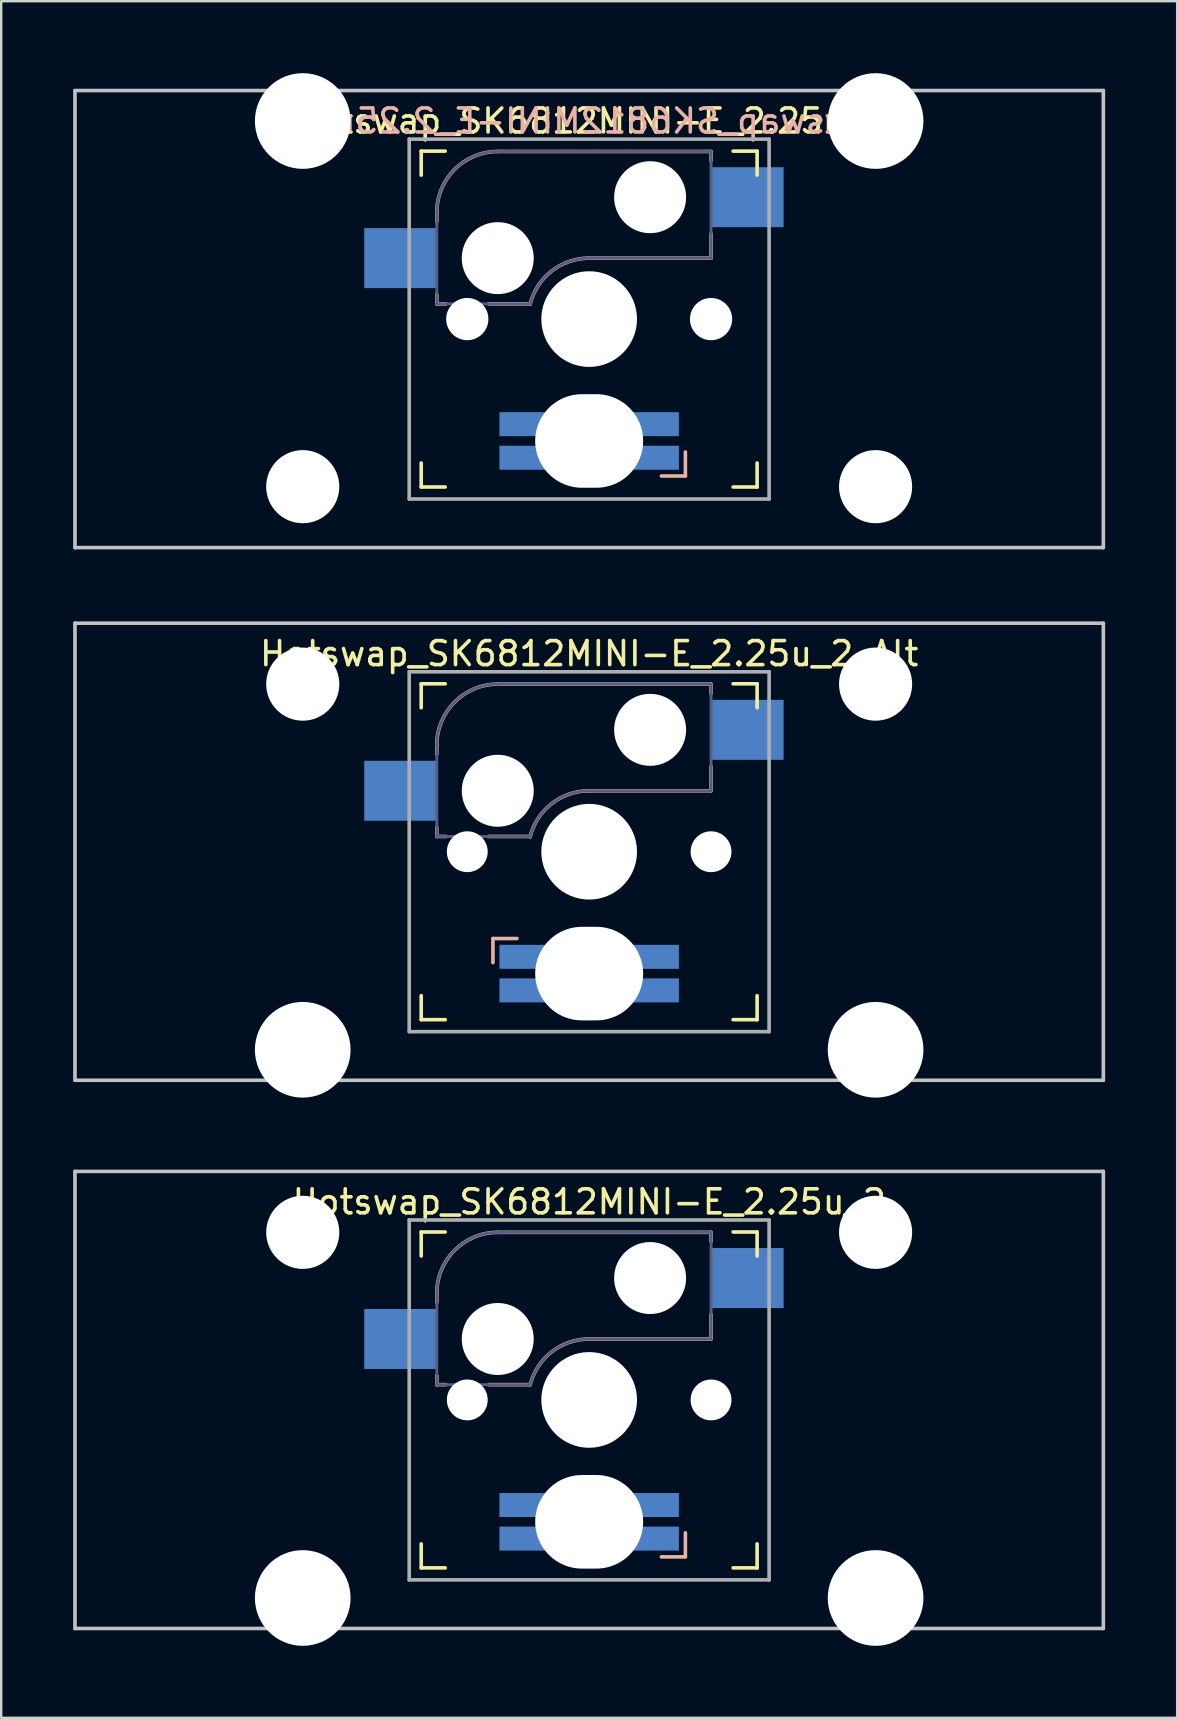
<source format=kicad_pcb>
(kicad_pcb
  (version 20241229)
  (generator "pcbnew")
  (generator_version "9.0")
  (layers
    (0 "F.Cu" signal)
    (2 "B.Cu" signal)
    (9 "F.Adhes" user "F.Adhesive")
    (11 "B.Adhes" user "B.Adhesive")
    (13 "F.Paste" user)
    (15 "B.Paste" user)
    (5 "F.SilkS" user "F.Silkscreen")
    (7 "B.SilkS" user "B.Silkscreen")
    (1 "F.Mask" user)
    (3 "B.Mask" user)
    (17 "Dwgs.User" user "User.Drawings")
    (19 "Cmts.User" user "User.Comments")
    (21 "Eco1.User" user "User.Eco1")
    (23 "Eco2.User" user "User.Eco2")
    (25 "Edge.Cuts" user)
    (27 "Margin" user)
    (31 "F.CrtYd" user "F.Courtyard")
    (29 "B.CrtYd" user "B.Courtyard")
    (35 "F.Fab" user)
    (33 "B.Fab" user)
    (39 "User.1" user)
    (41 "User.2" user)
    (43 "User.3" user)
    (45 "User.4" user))
  (footprint "Hotswap_SK6812MINI-E_2.25u_2_Alt"
    (layer "F.Cu")
    (at 21.506 32.449)
    (property "Reference" "Hotswap_SK6812MINI-E_2.25u_2_Alt" (at 0 -8.255 0) (layer "F.SilkS") (effects (font (size 1 1) (thickness 0.15))))
    (attr through_hole)
    (fp_line (start -7 -6) (end -7 -7) (stroke (width 0.15) (type solid)) (layer "F.SilkS"))
    (fp_line (start -7 7) (end -7 6) (stroke (width 0.15) (type solid)) (layer "F.SilkS"))
    (fp_line (start -7 7) (end -6 7) (stroke (width 0.15) (type solid)) (layer "F.SilkS"))
    (fp_line (start -6 -7) (end -7 -7) (stroke (width 0.15) (type solid)) (layer "F.SilkS"))
    (fp_line (start 6 7) (end 7 7) (stroke (width 0.15) (type solid)) (layer "F.SilkS"))
    (fp_line (start 7 -7) (end 6 -7) (stroke (width 0.15) (type solid)) (layer "F.SilkS"))
    (fp_line (start 7 -7) (end 7 -6) (stroke (width 0.15) (type solid)) (layer "F.SilkS"))
    (fp_line (start 7 6) (end 7 7) (stroke (width 0.15) (type solid)) (layer "F.SilkS"))
    (fp_line (start -6.35 -4.445) (end -6.35 -4.064) (stroke (width 0.15) (type solid)) (layer "B.SilkS"))
    (fp_line (start -6.35 -1.016) (end -6.35 -0.635) (stroke (width 0.15) (type solid)) (layer "B.SilkS"))
    (fp_line (start -6.35 -0.635) (end -5.969 -0.635) (stroke (width 0.15) (type solid)) (layer "B.SilkS"))
    (fp_line (start -4.191 -0.635) (end -2.54 -0.635) (stroke (width 0.15) (type solid)) (layer "B.SilkS"))
    (fp_line (start -4.01 4.62) (end -4.01 3.619) (stroke (width 0.15) (type solid)) (layer "B.SilkS"))
    (fp_line (start -3.01 3.619) (end -4.01 3.619) (stroke (width 0.15) (type solid)) (layer "B.SilkS"))
    (fp_line (start 0 -2.54) (end 5.08 -2.54) (stroke (width 0.15) (type solid)) (layer "B.SilkS"))
    (fp_line (start 5.08 -6.985) (end -3.81 -6.985) (stroke (width 0.15) (type solid)) (layer "B.SilkS"))
    (fp_line (start 5.08 -6.604) (end 5.08 -6.985) (stroke (width 0.15) (type solid)) (layer "B.SilkS"))
    (fp_line (start 5.08 -2.54) (end 5.08 -3.556) (stroke (width 0.15) (type solid)) (layer "B.SilkS"))
    (fp_arc (start -6.35 -4.445) (mid -5.606051 -6.241051) (end -3.81 -6.985) (stroke (width 0.15) (type solid)) (layer "B.SilkS"))
    (fp_arc (start -2.464162 -0.61604) (mid -1.563147 -2.002042) (end 0 -2.54) (stroke (width 0.15) (type solid)) (layer "B.SilkS"))
    (fp_line (start -21.431 -9.525) (end 21.431 -9.525) (stroke (width 0.15) (type solid)) (layer "Dwgs.User"))
    (fp_line (start -21.431 9.525) (end -21.431 -9.525) (stroke (width 0.15) (type solid)) (layer "Dwgs.User"))
    (fp_line (start -21.431 9.525) (end 21.431 9.525) (stroke (width 0.15) (type solid)) (layer "Dwgs.User"))
    (fp_line (start 21.431 -9.525) (end 21.431 9.525) (stroke (width 0.15) (type solid)) (layer "Dwgs.User"))
    (fp_line (start -13.589 -5.334) (end -13.589 6.096) (stroke (width 0.152) (type solid)) (layer "Eco2.User"))
    (fp_line (start -13.589 6.096) (end -10.287 6.096) (stroke (width 0.152) (type solid)) (layer "Eco2.User"))
    (fp_line (start -10.287 -5.334) (end -13.589 -5.334) (stroke (width 0.152) (type solid)) (layer "Eco2.User"))
    (fp_line (start -10.287 6.096) (end -10.287 -5.334) (stroke (width 0.152) (type solid)) (layer "Eco2.User"))
    (fp_line (start -6.9 6.9) (end -6.9 -6.9) (stroke (width 0.15) (type solid)) (layer "Eco2.User"))
    (fp_line (start -6.9 6.9) (end 6.9 6.9) (stroke (width 0.15) (type solid)) (layer "Eco2.User"))
    (fp_line (start 6.9 -6.9) (end -6.9 -6.9) (stroke (width 0.15) (type solid)) (layer "Eco2.User"))
    (fp_line (start 6.9 -6.9) (end 6.9 6.9) (stroke (width 0.15) (type solid)) (layer "Eco2.User"))
    (fp_line (start 10.287 -5.334) (end 10.287 6.096) (stroke (width 0.152) (type solid)) (layer "Eco2.User"))
    (fp_line (start 10.287 6.096) (end 13.589 6.096) (stroke (width 0.152) (type solid)) (layer "Eco2.User"))
    (fp_line (start 13.589 -5.334) (end 10.287 -5.334) (stroke (width 0.152) (type solid)) (layer "Eco2.User"))
    (fp_line (start 13.589 6.096) (end 13.589 -5.334) (stroke (width 0.152) (type solid)) (layer "Eco2.User"))
    (fp_line (start -6.35 -4.445) (end -6.35 -0.635) (stroke (width 0.12) (type solid)) (layer "B.Fab"))
    (fp_line (start -6.35 -0.635) (end -2.54 -0.635) (stroke (width 0.12) (type solid)) (layer "B.Fab"))
    (fp_line (start 0 -2.54) (end 5.08 -2.54) (stroke (width 0.12) (type solid)) (layer "B.Fab"))
    (fp_line (start 5.08 -6.985) (end -3.81 -6.985) (stroke (width 0.12) (type solid)) (layer "B.Fab"))
    (fp_line (start 5.08 -2.54) (end 5.08 -6.985) (stroke (width 0.12) (type solid)) (layer "B.Fab"))
    (fp_arc (start -6.35 -4.445) (mid -5.606051 -6.241051) (end -3.81 -6.985) (stroke (width 0.12) (type solid)) (layer "B.Fab"))
    (fp_arc (start -2.464162 -0.61604) (mid -1.563147 -2.002042) (end 0 -2.54) (stroke (width 0.12) (type solid)) (layer "B.Fab"))
    (fp_line (start -7.5 -7.5) (end 7.5 -7.5) (stroke (width 0.15) (type solid)) (layer "F.Fab"))
    (fp_line (start -7.5 7.5) (end -7.5 -7.5) (stroke (width 0.15) (type solid)) (layer "F.Fab"))
    (fp_line (start 7.5 -7.5) (end 7.5 7.5) (stroke (width 0.15) (type solid)) (layer "F.Fab"))
    (fp_line (start 7.5 7.5) (end -7.5 7.5) (stroke (width 0.15) (type solid)) (layer "F.Fab"))
    (pad "" np_thru_hole circle (at -11.938 -6.985) (size 3.048 3.048) (drill 3.048) (layers "*.Cu" "*.Mask"))
    (pad "" np_thru_hole circle (at -11.938 8.255) (size 3.988 3.988) (drill 3.988) (layers "*.Cu" "*.Mask"))
    (pad "" np_thru_hole circle (at -5.08 0 180) (size 1.702 1.702) (drill 1.702) (layers "*.Cu" "*.Mask"))
    (pad "" np_thru_hole circle (at -3.81 -2.54 180) (size 3 3) (drill 3) (layers "*.Cu" "*.Mask"))
    (pad "" np_thru_hole circle (at 0 0 180) (size 3.988 3.988) (drill 3.988) (layers "*.Cu" "*.Mask"))
    (pad "" np_thru_hole oval (at 0 5.08 180) (size 4.5 3.9) (drill oval 4.5 3.9) (layers "*.Cu" "*.Mask"))
    (pad "" np_thru_hole circle (at 2.54 -5.08 180) (size 3 3) (drill 3) (layers "*.Cu" "*.Mask"))
    (pad "" np_thru_hole circle (at 5.08 0 180) (size 1.702 1.702) (drill 1.702) (layers "*.Cu" "*.Mask"))
    (pad "" np_thru_hole circle (at 11.938 -6.985) (size 3.048 3.048) (drill 3.048) (layers "*.Cu" "*.Mask"))
    (pad "" np_thru_hole circle (at 11.938 8.255) (size 3.988 3.988) (drill 3.988) (layers "*.Cu" "*.Mask"))
    (pad "1" smd rect (at -7.874 -2.54 180) (size 3 2.5) (layers "B.Cu" "B.Mask"))
    (pad "2" smd rect (at 6.604 -5.08 180) (size 3 2.5) (layers "B.Cu" "B.Mask"))
    (pad "DIN" smd rect (at -2.74 5.779 270) (size 1 2) (layers "B.Cu" "B.Mask"))
    (pad "DOUT" smd rect (at 2.74 4.381 270) (size 1 2) (layers "B.Cu" "B.Mask"))
    (pad "GND" smd rect (at -2.74 4.381 270) (size 1 2) (layers "B.Cu" "B.Mask"))
    (pad "VDD" smd rect (at 2.74 5.779 270) (size 1 2) (layers "B.Cu" "B.Mask")))
  (footprint "Hotswap_SK6812MINI-E_2.25u_2"
    (layer "F.Cu")
    (at 21.506 55.298)
    (property "Reference" "Hotswap_SK6812MINI-E_2.25u_2" (at 0 -8.255 0) (layer "F.SilkS") (effects (font (size 1 1) (thickness 0.15))))
    (attr through_hole)
    (fp_line (start -7 -6) (end -7 -7) (stroke (width 0.15) (type solid)) (layer "F.SilkS"))
    (fp_line (start -7 7) (end -7 6) (stroke (width 0.15) (type solid)) (layer "F.SilkS"))
    (fp_line (start -7 7) (end -6 7) (stroke (width 0.15) (type solid)) (layer "F.SilkS"))
    (fp_line (start -6 -7) (end -7 -7) (stroke (width 0.15) (type solid)) (layer "F.SilkS"))
    (fp_line (start 6 7) (end 7 7) (stroke (width 0.15) (type solid)) (layer "F.SilkS"))
    (fp_line (start 7 -7) (end 6 -7) (stroke (width 0.15) (type solid)) (layer "F.SilkS"))
    (fp_line (start 7 -7) (end 7 -6) (stroke (width 0.15) (type solid)) (layer "F.SilkS"))
    (fp_line (start 7 6) (end 7 7) (stroke (width 0.15) (type solid)) (layer "F.SilkS"))
    (fp_line (start -6.35 -4.445) (end -6.35 -4.064) (stroke (width 0.15) (type solid)) (layer "B.SilkS"))
    (fp_line (start -6.35 -1.016) (end -6.35 -0.635) (stroke (width 0.15) (type solid)) (layer "B.SilkS"))
    (fp_line (start -6.35 -0.635) (end -5.969 -0.635) (stroke (width 0.15) (type solid)) (layer "B.SilkS"))
    (fp_line (start -4.191 -0.635) (end -2.54 -0.635) (stroke (width 0.15) (type solid)) (layer "B.SilkS"))
    (fp_line (start 0 -2.54) (end 5.08 -2.54) (stroke (width 0.15) (type solid)) (layer "B.SilkS"))
    (fp_line (start 3.01 6.54) (end 4.01 6.54) (stroke (width 0.15) (type solid)) (layer "B.SilkS"))
    (fp_line (start 4.01 5.54) (end 4.01 6.54) (stroke (width 0.15) (type solid)) (layer "B.SilkS"))
    (fp_line (start 5.08 -6.985) (end -3.81 -6.985) (stroke (width 0.15) (type solid)) (layer "B.SilkS"))
    (fp_line (start 5.08 -6.604) (end 5.08 -6.985) (stroke (width 0.15) (type solid)) (layer "B.SilkS"))
    (fp_line (start 5.08 -2.54) (end 5.08 -3.556) (stroke (width 0.15) (type solid)) (layer "B.SilkS"))
    (fp_arc (start -6.35 -4.445) (mid -5.606051 -6.241051) (end -3.81 -6.985) (stroke (width 0.15) (type solid)) (layer "B.SilkS"))
    (fp_arc (start -2.464162 -0.61604) (mid -1.563147 -2.002042) (end 0 -2.54) (stroke (width 0.15) (type solid)) (layer "B.SilkS"))
    (fp_line (start -21.431 -9.525) (end 21.431 -9.525) (stroke (width 0.15) (type solid)) (layer "Dwgs.User"))
    (fp_line (start -21.431 9.525) (end -21.431 -9.525) (stroke (width 0.15) (type solid)) (layer "Dwgs.User"))
    (fp_line (start -21.431 9.525) (end 21.431 9.525) (stroke (width 0.15) (type solid)) (layer "Dwgs.User"))
    (fp_line (start 21.431 -9.525) (end 21.431 9.525) (stroke (width 0.15) (type solid)) (layer "Dwgs.User"))
    (fp_line (start -13.589 -5.334) (end -13.589 6.096) (stroke (width 0.152) (type solid)) (layer "Eco2.User"))
    (fp_line (start -13.589 6.096) (end -10.287 6.096) (stroke (width 0.152) (type solid)) (layer "Eco2.User"))
    (fp_line (start -10.287 -5.334) (end -13.589 -5.334) (stroke (width 0.152) (type solid)) (layer "Eco2.User"))
    (fp_line (start -10.287 6.096) (end -10.287 -5.334) (stroke (width 0.152) (type solid)) (layer "Eco2.User"))
    (fp_line (start -6.9 6.9) (end -6.9 -6.9) (stroke (width 0.15) (type solid)) (layer "Eco2.User"))
    (fp_line (start -6.9 6.9) (end 6.9 6.9) (stroke (width 0.15) (type solid)) (layer "Eco2.User"))
    (fp_line (start 6.9 -6.9) (end -6.9 -6.9) (stroke (width 0.15) (type solid)) (layer "Eco2.User"))
    (fp_line (start 6.9 -6.9) (end 6.9 6.9) (stroke (width 0.15) (type solid)) (layer "Eco2.User"))
    (fp_line (start 10.287 -5.334) (end 10.287 6.096) (stroke (width 0.152) (type solid)) (layer "Eco2.User"))
    (fp_line (start 10.287 6.096) (end 13.589 6.096) (stroke (width 0.152) (type solid)) (layer "Eco2.User"))
    (fp_line (start 13.589 -5.334) (end 10.287 -5.334) (stroke (width 0.152) (type solid)) (layer "Eco2.User"))
    (fp_line (start 13.589 6.096) (end 13.589 -5.334) (stroke (width 0.152) (type solid)) (layer "Eco2.User"))
    (fp_line (start -6.35 -4.445) (end -6.35 -0.635) (stroke (width 0.12) (type solid)) (layer "B.Fab"))
    (fp_line (start -6.35 -0.635) (end -2.54 -0.635) (stroke (width 0.12) (type solid)) (layer "B.Fab"))
    (fp_line (start 0 -2.54) (end 5.08 -2.54) (stroke (width 0.12) (type solid)) (layer "B.Fab"))
    (fp_line (start 5.08 -6.985) (end -3.81 -6.985) (stroke (width 0.12) (type solid)) (layer "B.Fab"))
    (fp_line (start 5.08 -2.54) (end 5.08 -6.985) (stroke (width 0.12) (type solid)) (layer "B.Fab"))
    (fp_arc (start -6.35 -4.445) (mid -5.606051 -6.241051) (end -3.81 -6.985) (stroke (width 0.12) (type solid)) (layer "B.Fab"))
    (fp_arc (start -2.464162 -0.61604) (mid -1.563147 -2.002042) (end 0 -2.54) (stroke (width 0.12) (type solid)) (layer "B.Fab"))
    (fp_line (start -7.5 -7.5) (end 7.5 -7.5) (stroke (width 0.15) (type solid)) (layer "F.Fab"))
    (fp_line (start -7.5 7.5) (end -7.5 -7.5) (stroke (width 0.15) (type solid)) (layer "F.Fab"))
    (fp_line (start 7.5 -7.5) (end 7.5 7.5) (stroke (width 0.15) (type solid)) (layer "F.Fab"))
    (fp_line (start 7.5 7.5) (end -7.5 7.5) (stroke (width 0.15) (type solid)) (layer "F.Fab"))
    (pad "" np_thru_hole circle (at -11.938 -6.985) (size 3.048 3.048) (drill 3.048) (layers "*.Cu" "*.Mask"))
    (pad "" np_thru_hole circle (at -11.938 8.255) (size 3.988 3.988) (drill 3.988) (layers "*.Cu" "*.Mask"))
    (pad "" np_thru_hole circle (at -5.08 0 180) (size 1.702 1.702) (drill 1.702) (layers "*.Cu" "*.Mask"))
    (pad "" np_thru_hole circle (at -3.81 -2.54 180) (size 3 3) (drill 3) (layers "*.Cu" "*.Mask"))
    (pad "" np_thru_hole circle (at 0 0 180) (size 3.988 3.988) (drill 3.988) (layers "*.Cu" "*.Mask"))
    (pad "" np_thru_hole oval (at 0 5.08 180) (size 4.5 3.9) (drill oval 4.5 3.9) (layers "*.Cu" "*.Mask"))
    (pad "" np_thru_hole circle (at 2.54 -5.08 180) (size 3 3) (drill 3) (layers "*.Cu" "*.Mask"))
    (pad "" np_thru_hole circle (at 5.08 0 180) (size 1.702 1.702) (drill 1.702) (layers "*.Cu" "*.Mask"))
    (pad "" np_thru_hole circle (at 11.938 -6.985) (size 3.048 3.048) (drill 3.048) (layers "*.Cu" "*.Mask"))
    (pad "" np_thru_hole circle (at 11.938 8.255) (size 3.988 3.988) (drill 3.988) (layers "*.Cu" "*.Mask"))
    (pad "1" smd rect (at -7.874 -2.54 180) (size 3 2.5) (layers "B.Cu" "B.Mask"))
    (pad "2" smd rect (at 6.604 -5.08 180) (size 3 2.5) (layers "B.Cu" "B.Mask"))
    (pad "DIN" smd rect (at 2.74 4.381 270) (size 1 2) (layers "B.Cu" "B.Mask"))
    (pad "DOUT" smd rect (at -2.74 5.779 270) (size 1 2) (layers "B.Cu" "B.Mask"))
    (pad "GND" smd rect (at 2.74 5.779 270) (size 1 2) (layers "B.Cu" "B.Mask"))
    (pad "VDD" smd rect (at -2.74 4.381 270) (size 1 2) (layers "B.Cu" "B.Mask")))
  (footprint "Hotswap_SK6812MINI-E_2.25u_1"
    (layer "F.Cu")
    (at 21.506 10.249)
    (property "Reference" "Hotswap_SK6812MINI-E_2.25u_1" (at 0 -8.255 0) (layer "F.SilkS") (effects (font (size 1 1) (thickness 0.15))))
    (attr through_hole)
    (fp_line (start -7 -6) (end -7 -7) (stroke (width 0.15) (type solid)) (layer "F.SilkS"))
    (fp_line (start -7 7) (end -7 6) (stroke (width 0.15) (type solid)) (layer "F.SilkS"))
    (fp_line (start -7 7) (end -6 7) (stroke (width 0.15) (type solid)) (layer "F.SilkS"))
    (fp_line (start -6 -7) (end -7 -7) (stroke (width 0.15) (type solid)) (layer "F.SilkS"))
    (fp_line (start 6 7) (end 7 7) (stroke (width 0.15) (type solid)) (layer "F.SilkS"))
    (fp_line (start 7 -7) (end 6 -7) (stroke (width 0.15) (type solid)) (layer "F.SilkS"))
    (fp_line (start 7 -7) (end 7 -6) (stroke (width 0.15) (type solid)) (layer "F.SilkS"))
    (fp_line (start 7 6) (end 7 7) (stroke (width 0.15) (type solid)) (layer "F.SilkS"))
    (fp_line (start -6.35 -4.445) (end -6.35 -4.064) (stroke (width 0.15) (type solid)) (layer "B.SilkS"))
    (fp_line (start -6.35 -1.016) (end -6.35 -0.635) (stroke (width 0.15) (type solid)) (layer "B.SilkS"))
    (fp_line (start -6.35 -0.635) (end -5.969 -0.635) (stroke (width 0.15) (type solid)) (layer "B.SilkS"))
    (fp_line (start -4.191 -0.635) (end -2.54 -0.635) (stroke (width 0.15) (type solid)) (layer "B.SilkS"))
    (fp_line (start 0 -2.54) (end 5.08 -2.54) (stroke (width 0.15) (type solid)) (layer "B.SilkS"))
    (fp_line (start 3.01 6.54) (end 4.01 6.54) (stroke (width 0.15) (type solid)) (layer "B.SilkS"))
    (fp_line (start 4.01 5.54) (end 4.01 6.54) (stroke (width 0.15) (type solid)) (layer "B.SilkS"))
    (fp_line (start 5.08 -6.985) (end -3.81 -6.985) (stroke (width 0.15) (type solid)) (layer "B.SilkS"))
    (fp_line (start 5.08 -6.604) (end 5.08 -6.985) (stroke (width 0.15) (type solid)) (layer "B.SilkS"))
    (fp_line (start 5.08 -2.54) (end 5.08 -3.556) (stroke (width 0.15) (type solid)) (layer "B.SilkS"))
    (fp_arc (start -6.35 -4.445) (mid -5.606051 -6.241051) (end -3.81 -6.985) (stroke (width 0.15) (type solid)) (layer "B.SilkS"))
    (fp_arc (start -2.464162 -0.61604) (mid -1.563147 -2.002042) (end 0 -2.54) (stroke (width 0.15) (type solid)) (layer "B.SilkS"))
    (fp_line (start -21.431 -9.525) (end 21.431 -9.525) (stroke (width 0.15) (type solid)) (layer "Dwgs.User"))
    (fp_line (start -21.431 9.525) (end -21.431 -9.525) (stroke (width 0.15) (type solid)) (layer "Dwgs.User"))
    (fp_line (start 21.431 -9.525) (end 21.431 9.525) (stroke (width 0.15) (type solid)) (layer "Dwgs.User"))
    (fp_line (start 21.431 9.525) (end -21.431 9.525) (stroke (width 0.15) (type solid)) (layer "Dwgs.User"))
    (fp_line (start -13.589 -6.096) (end -13.589 5.334) (stroke (width 0.152) (type solid)) (layer "Eco2.User"))
    (fp_line (start -13.589 5.334) (end -10.287 5.334) (stroke (width 0.152) (type solid)) (layer "Eco2.User"))
    (fp_line (start -10.287 -6.096) (end -13.589 -6.096) (stroke (width 0.152) (type solid)) (layer "Eco2.User"))
    (fp_line (start -10.287 5.334) (end -10.287 -6.096) (stroke (width 0.152) (type solid)) (layer "Eco2.User"))
    (fp_line (start -6.9 6.9) (end -6.9 -6.9) (stroke (width 0.15) (type solid)) (layer "Eco2.User"))
    (fp_line (start -6.9 6.9) (end 6.9 6.9) (stroke (width 0.15) (type solid)) (layer "Eco2.User"))
    (fp_line (start 6.9 -6.9) (end -6.9 -6.9) (stroke (width 0.15) (type solid)) (layer "Eco2.User"))
    (fp_line (start 6.9 -6.9) (end 6.9 6.9) (stroke (width 0.15) (type solid)) (layer "Eco2.User"))
    (fp_line (start 10.287 -6.096) (end 10.287 5.334) (stroke (width 0.152) (type solid)) (layer "Eco2.User"))
    (fp_line (start 10.287 5.334) (end 13.589 5.334) (stroke (width 0.152) (type solid)) (layer "Eco2.User"))
    (fp_line (start 13.589 -6.096) (end 10.287 -6.096) (stroke (width 0.152) (type solid)) (layer "Eco2.User"))
    (fp_line (start 13.589 5.334) (end 13.589 -6.096) (stroke (width 0.152) (type solid)) (layer "Eco2.User"))
    (fp_line (start -6.35 -4.445) (end -6.35 -0.635) (stroke (width 0.12) (type solid)) (layer "B.Fab"))
    (fp_line (start -6.35 -0.635) (end -2.54 -0.635) (stroke (width 0.12) (type solid)) (layer "B.Fab"))
    (fp_line (start 0 -2.54) (end 5.08 -2.54) (stroke (width 0.12) (type solid)) (layer "B.Fab"))
    (fp_line (start 5.08 -6.985) (end -3.81 -6.985) (stroke (width 0.12) (type solid)) (layer "B.Fab"))
    (fp_line (start 5.08 -2.54) (end 5.08 -6.985) (stroke (width 0.12) (type solid)) (layer "B.Fab"))
    (fp_arc (start -6.35 -4.445) (mid -5.606051 -6.241051) (end -3.81 -6.985) (stroke (width 0.12) (type solid)) (layer "B.Fab"))
    (fp_arc (start -2.464162 -0.61604) (mid -1.563147 -2.002042) (end 0 -2.54) (stroke (width 0.12) (type solid)) (layer "B.Fab"))
    (fp_line (start -7.5 -7.5) (end 7.5 -7.5) (stroke (width 0.15) (type solid)) (layer "F.Fab"))
    (fp_line (start -7.5 7.5) (end -7.5 -7.5) (stroke (width 0.15) (type solid)) (layer "F.Fab"))
    (fp_line (start 7.5 -7.5) (end 7.5 7.5) (stroke (width 0.15) (type solid)) (layer "F.Fab"))
    (fp_line (start 7.5 7.5) (end -7.5 7.5) (stroke (width 0.15) (type solid)) (layer "F.Fab"))
    (fp_text user "${REFERENCE}" (at 0 -8.255 0) (layer "B.SilkS") (effects (font (size 1 1) (thickness 0.15)) (justify mirror)))
    (pad "" np_thru_hole circle (at -11.938 -8.255 180) (size 3.988 3.988) (drill 3.988) (layers "*.Cu" "*.Mask"))
    (pad "" np_thru_hole circle (at -11.938 6.985 180) (size 3.048 3.048) (drill 3.048) (layers "*.Cu" "*.Mask"))
    (pad "" np_thru_hole circle (at -5.08 0 180) (size 1.76 1.76) (drill 1.76) (layers "*.Cu" "*.Mask"))
    (pad "" np_thru_hole circle (at -3.81 -2.54 180) (size 3 3) (drill 3) (layers "*.Cu" "*.Mask"))
    (pad "" np_thru_hole circle (at 0 0 180) (size 3.988 3.988) (drill 3.988) (layers "*.Cu" "*.Mask"))
    (pad "" np_thru_hole oval (at 0 5.08 180) (size 4.5 3.9) (drill oval 4.5 3.9) (layers "*.Cu" "*.Mask"))
    (pad "" np_thru_hole circle (at 2.54 -5.08 180) (size 3 3) (drill 3) (layers "*.Cu" "*.Mask"))
    (pad "" np_thru_hole circle (at 5.08 0 180) (size 1.76 1.76) (drill 1.76) (layers "*.Cu" "*.Mask"))
    (pad "" np_thru_hole circle (at 11.938 -8.255 180) (size 3.988 3.988) (drill 3.988) (layers "*.Cu" "*.Mask"))
    (pad "" np_thru_hole circle (at 11.938 6.985 180) (size 3.048 3.048) (drill 3.048) (layers "*.Cu" "*.Mask"))
    (pad "1" smd rect (at -7.874 -2.54 180) (size 3 2.5) (layers "B.Cu" "B.Mask"))
    (pad "2" smd rect (at 6.604 -5.08 180) (size 3 2.5) (layers "B.Cu" "B.Mask"))
    (pad "DIN" smd rect (at 2.74 4.381 270) (size 1 2) (layers "B.Cu" "B.Mask"))
    (pad "DOUT" smd rect (at -2.74 5.779 270) (size 1 2) (layers "B.Cu" "B.Mask"))
    (pad "GND" smd rect (at 2.74 5.779 270) (size 1 2) (layers "B.Cu" "B.Mask"))
    (pad "VDD" smd rect (at -2.74 4.381 270) (size 1 2) (layers "B.Cu" "B.Mask")))
  (gr_rect
    (start -3 -3)
    (end 46.013 68.547)
    (stroke (width 0.1) (type default))
    (fill no)
    (layer "Edge.Cuts")))
</source>
